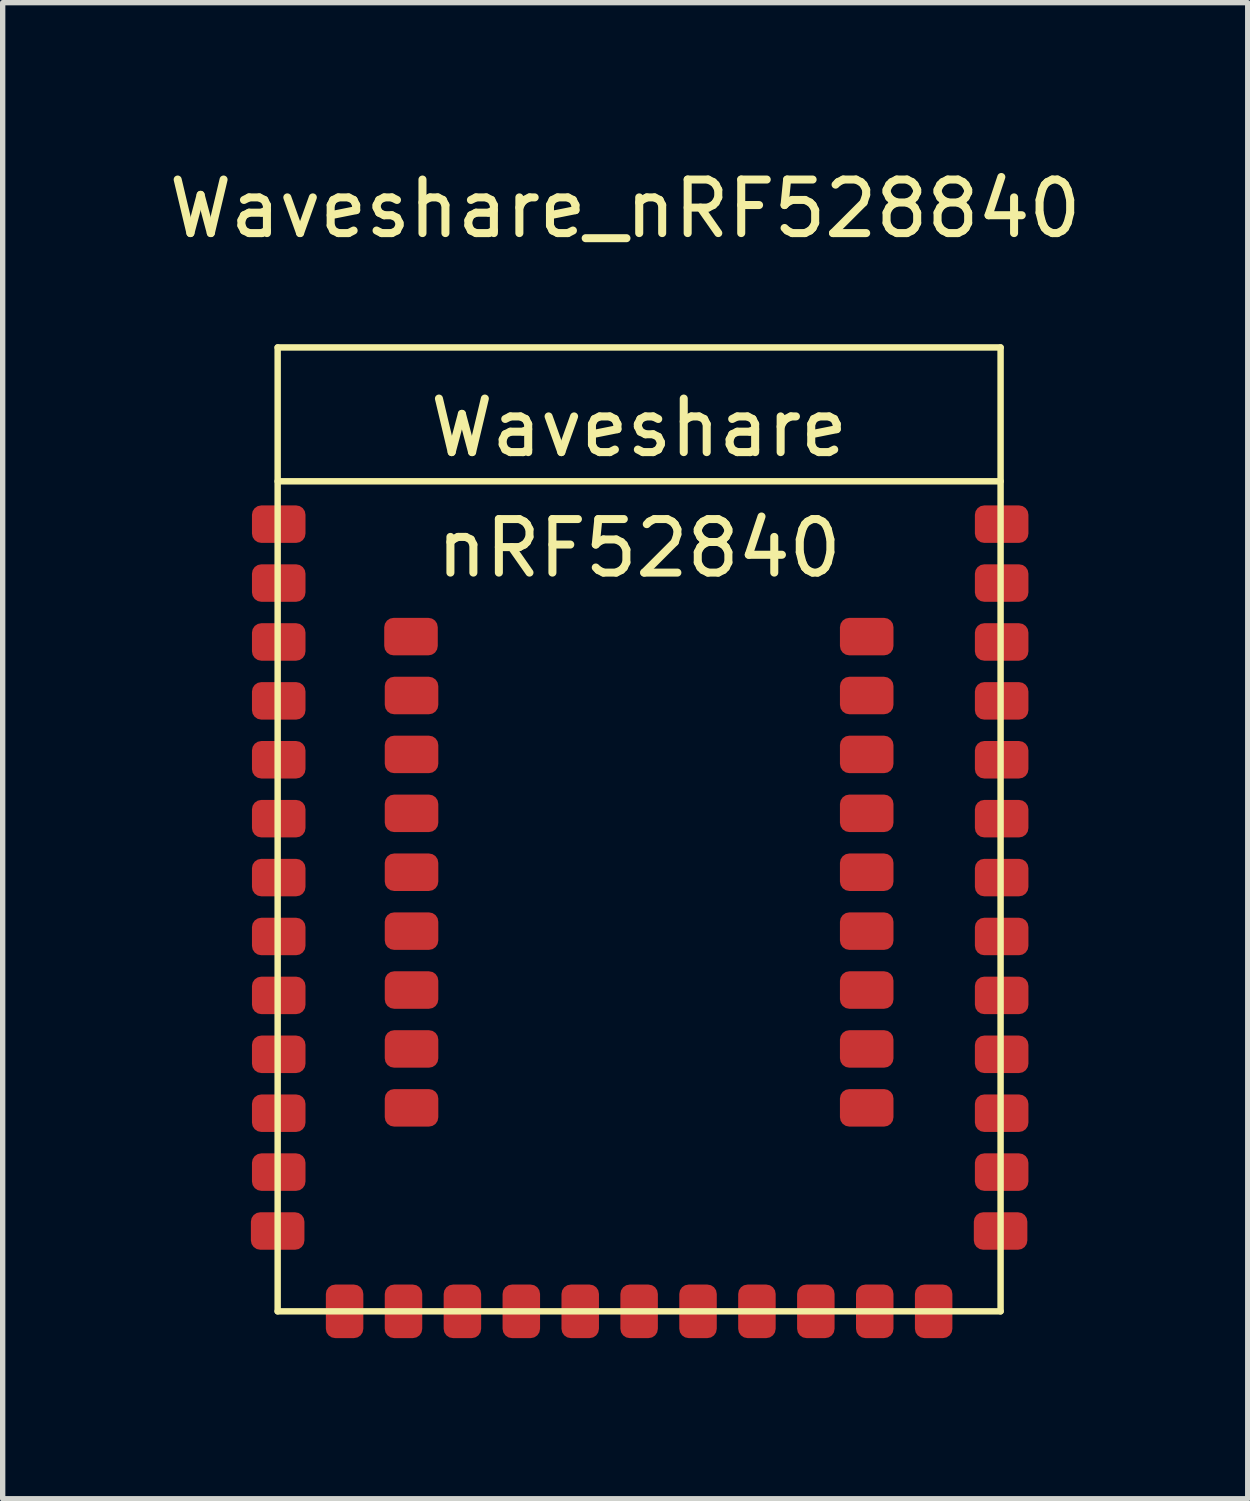
<source format=kicad_pcb>
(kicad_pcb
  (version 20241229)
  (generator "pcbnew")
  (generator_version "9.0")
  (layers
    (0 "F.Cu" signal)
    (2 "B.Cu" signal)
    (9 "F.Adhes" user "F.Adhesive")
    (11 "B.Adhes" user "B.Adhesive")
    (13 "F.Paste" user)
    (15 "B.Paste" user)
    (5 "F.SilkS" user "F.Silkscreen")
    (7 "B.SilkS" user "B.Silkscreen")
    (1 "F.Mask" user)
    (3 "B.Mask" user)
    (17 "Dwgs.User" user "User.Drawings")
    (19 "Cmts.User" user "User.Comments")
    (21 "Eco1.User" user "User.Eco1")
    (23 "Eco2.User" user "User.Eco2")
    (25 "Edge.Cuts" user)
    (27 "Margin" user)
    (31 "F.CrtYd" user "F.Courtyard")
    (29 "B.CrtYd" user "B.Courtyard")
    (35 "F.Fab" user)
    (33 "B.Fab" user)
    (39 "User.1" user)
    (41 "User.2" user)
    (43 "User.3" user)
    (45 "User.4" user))
  (footprint "Waveshare_nRF528840"
    (layer "F.Cu")
    (at 8.635 3.188)
    (property "Reference" "Waveshare_nRF528840" (at -0.01 -2.34 0) (unlocked yes) (layer "F.SilkS") (effects (font (size 1 1) (thickness 0.15))))
    (attr through_hole)
    (fp_line (start -6.5 0.25) (end -6.5 18.25) (stroke (width 0.12) (type solid)) (layer "F.SilkS"))
    (fp_line (start -6.5 18.25) (end 7 18.25) (stroke (width 0.12) (type solid)) (layer "F.SilkS"))
    (fp_line (start 7 0.25) (end -6.5 0.25) (stroke (width 0.12) (type solid)) (layer "F.SilkS"))
    (fp_line (start 7 2.75) (end -6.5 2.75) (stroke (width 0.12) (type solid)) (layer "F.SilkS"))
    (fp_line (start 7 18.25) (end 7 0.25) (stroke (width 0.12) (type solid)) (layer "F.SilkS"))
    (fp_text user "Waveshare" (at 0.25 1.75 0) (unlocked yes) (layer "F.SilkS") (effects (font (size 1 1) (thickness 0.15))))
    (fp_text user "nRF52840" (at 0.25 4 0) (unlocked yes) (layer "F.SilkS") (effects (font (size 1 1) (thickness 0.15))))
    (pad "A8" smd roundrect (at -6.48 14.55) (size 1 0.7) (layers "F.Cu" "F.Mask" "F.Paste") (roundrect_rratio 0.25))
    (pad "A10" smd roundrect (at -6.48 12.35) (size 1 0.7) (layers "F.Cu" "F.Mask" "F.Paste") (roundrect_rratio 0.25))
    (pad "A12" smd roundrect (at -6.48 10.15) (size 1 0.7) (layers "F.Cu" "F.Mask" "F.Paste") (roundrect_rratio 0.25))
    (pad "A14" smd roundrect (at -6.48 7.95) (size 1 0.7) (layers "F.Cu" "F.Mask" "F.Paste") (roundrect_rratio 0.25))
    (pad "A16" smd roundrect (at -6.48 6.85) (size 1 0.7) (layers "F.Cu" "F.Mask" "F.Paste") (roundrect_rratio 0.25))
    (pad "A20" smd roundrect (at -6.48 5.75) (size 1 0.7) (layers "F.Cu" "F.Mask" "F.Paste") (roundrect_rratio 0.25))
    (pad "AA24" smd roundrect (at 7.02 10.15) (size 1 0.7) (layers "F.Cu" "F.Mask" "F.Paste") (roundrect_rratio 0.25))
    (pad "AC9" smd roundrect (at 4.5 12.25) (size 1 0.7) (layers "F.Cu" "F.Mask" "F.Paste") (roundrect_rratio 0.25))
    (pad "AC11" smd roundrect (at 4.5 14.45) (size 1 0.7) (layers "F.Cu" "F.Mask" "F.Paste") (roundrect_rratio 0.25))
    (pad "AC13" smd roundrect (at 2.45 18.25 270) (size 1 0.7) (layers "F.Cu" "F.Mask" "F.Paste") (roundrect_rratio 0.25))
    (pad "AC15" smd roundrect (at 1.35 18.25 270) (size 1 0.7) (layers "F.Cu" "F.Mask" "F.Paste") (roundrect_rratio 0.25))
    (pad "AC17" smd roundrect (at 0.25 18.25 270) (size 1 0.7) (layers "F.Cu" "F.Mask" "F.Paste") (roundrect_rratio 0.25))
    (pad "AC19" smd roundrect (at -0.85 18.25 270) (size 1 0.7) (layers "F.Cu" "F.Mask" "F.Paste") (roundrect_rratio 0.25))
    (pad "AC21" smd roundrect (at -4 7.85) (size 1 0.7) (layers "F.Cu" "F.Mask" "F.Paste") (roundrect_rratio 0.25))
    (pad "AC24" smd roundrect (at 7.02 9.05) (size 1 0.7) (layers "F.Cu" "F.Mask" "F.Paste") (roundrect_rratio 0.25))
    (pad "AD2" smd roundrect (at 3.55 18.25 270) (size 1 0.7) (layers "F.Cu" "F.Mask" "F.Paste") (roundrect_rratio 0.25))
    (pad "AD4" smd roundrect (at 4.65 18.25 270) (size 1 0.7) (layers "F.Cu" "F.Mask" "F.Paste") (roundrect_rratio 0.25))
    (pad "AD6" smd roundrect (at 5.75 18.25 270) (size 1 0.7) (layers "F.Cu" "F.Mask" "F.Paste") (roundrect_rratio 0.25))
    (pad "AD8" smd roundrect (at 4.5 13.35) (size 1 0.7) (layers "F.Cu" "F.Mask" "F.Paste") (roundrect_rratio 0.25))
    (pad "AD10" smd roundrect (at 4.5 11.15) (size 1 0.7) (layers "F.Cu" "F.Mask" "F.Paste") (roundrect_rratio 0.25))
    (pad "AD12" smd roundrect (at 4.5 10.05) (size 1 0.7) (layers "F.Cu" "F.Mask" "F.Paste") (roundrect_rratio 0.25))
    (pad "AD16" smd roundrect (at 4.5 8.95) (size 1 0.7) (layers "F.Cu" "F.Mask" "F.Paste") (roundrect_rratio 0.25))
    (pad "AD18" smd roundrect (at 7.02 15.65) (size 1 0.7) (layers "F.Cu" "F.Mask" "F.Paste") (roundrect_rratio 0.25))
    (pad "AD20" smd roundrect (at 4.5 7.85) (size 1 0.7) (layers "F.Cu" "F.Mask" "F.Paste") (roundrect_rratio 0.25))
    (pad "AD22" smd roundrect (at 7.02 14.55) (size 1 0.7) (layers "F.Cu" "F.Mask" "F.Paste") (roundrect_rratio 0.25))
    (pad "B1" smd roundrect (at -5.25 18.25 270) (size 1 0.7) (layers "F.Cu" "F.Mask" "F.Paste") (roundrect_rratio 0.25))
    (pad "B7" smd roundrect (at -6.48 3.55) (size 1 0.7) (layers "F.Cu" "F.Mask" "F.Paste") (roundrect_rratio 0.25))
    (pad "B7" smd roundrect (at 7 16.75) (size 1 0.7) (layers "F.Cu" "F.Mask" "F.Paste") (roundrect_rratio 0.25))
    (pad "B7" smd roundrect (at 7.02 3.55) (size 1 0.7) (layers "F.Cu" "F.Mask" "F.Paste") (roundrect_rratio 0.25))
    (pad "B9" smd roundrect (at -6.48 13.45) (size 1 0.7) (layers "F.Cu" "F.Mask" "F.Paste") (roundrect_rratio 0.25))
    (pad "B11" smd roundrect (at -6.48 11.25) (size 1 0.7) (layers "F.Cu" "F.Mask" "F.Paste") (roundrect_rratio 0.25))
    (pad "B13" smd roundrect (at -6.48 9.05) (size 1 0.7) (layers "F.Cu" "F.Mask" "F.Paste") (roundrect_rratio 0.25))
    (pad "B15" smd roundrect (at -4.01 5.65) (size 1 0.7) (layers "F.Cu" "F.Mask" "F.Paste") (roundrect_rratio 0.25))
    (pad "B17" smd roundrect (at -4 6.75) (size 1 0.7) (layers "F.Cu" "F.Mask" "F.Paste") (roundrect_rratio 0.25))
    (pad "B19" smd roundrect (at -6.48 4.65) (size 1 0.7) (layers "F.Cu" "F.Mask" "F.Paste") (roundrect_rratio 0.25))
    (pad "G1" smd roundrect (at -4 14.45) (size 1 0.7) (layers "F.Cu" "F.Mask" "F.Paste") (roundrect_rratio 0.25))
    (pad "H2" smd roundrect (at -4 11.15) (size 1 0.7) (layers "F.Cu" "F.Mask" "F.Paste") (roundrect_rratio 0.25))
    (pad "J1" smd roundrect (at -6.48 15.65) (size 1 0.7) (layers "F.Cu" "F.Mask" "F.Paste") (roundrect_rratio 0.25))
    (pad "J24" smd roundrect (at 7.02 4.65) (size 1 0.7) (layers "F.Cu" "F.Mask" "F.Paste") (roundrect_rratio 0.25))
    (pad "K2" smd roundrect (at -6.5 16.75) (size 1 0.7) (layers "F.Cu" "F.Mask" "F.Paste") (roundrect_rratio 0.25))
    (pad "L1" smd roundrect (at -4 13.35) (size 1 0.7) (layers "F.Cu" "F.Mask" "F.Paste") (roundrect_rratio 0.25))
    (pad "L24" smd roundrect (at 7.02 5.75) (size 1 0.7) (layers "F.Cu" "F.Mask" "F.Paste") (roundrect_rratio 0.25))
    (pad "M2" smd roundrect (at -4.15 18.25 270) (size 1 0.7) (layers "F.Cu" "F.Mask" "F.Paste") (roundrect_rratio 0.25))
    (pad "N1" smd roundrect (at -4 12.25) (size 1 0.7) (layers "F.Cu" "F.Mask" "F.Paste") (roundrect_rratio 0.25))
    (pad "P2" smd roundrect (at -4 10.05) (size 1 0.7) (layers "F.Cu" "F.Mask" "F.Paste") (roundrect_rratio 0.25))
    (pad "P23" smd roundrect (at 4.5 5.65) (size 1 0.7) (layers "F.Cu" "F.Mask" "F.Paste") (roundrect_rratio 0.25))
    (pad "R1" smd roundrect (at -3.05 18.25 270) (size 1 0.7) (layers "F.Cu" "F.Mask" "F.Paste") (roundrect_rratio 0.25))
    (pad "R24" smd roundrect (at 7.02 6.85) (size 1 0.7) (layers "F.Cu" "F.Mask" "F.Paste") (roundrect_rratio 0.25))
    (pad "T2" smd roundrect (at -4 8.95) (size 1 0.7) (layers "F.Cu" "F.Mask" "F.Paste") (roundrect_rratio 0.25))
    (pad "T23" smd roundrect (at 4.5 6.75) (size 1 0.7) (layers "F.Cu" "F.Mask" "F.Paste") (roundrect_rratio 0.25))
    (pad "U1" smd roundrect (at -1.95 18.25 270) (size 1 0.7) (layers "F.Cu" "F.Mask" "F.Paste") (roundrect_rratio 0.25))
    (pad "U24" smd roundrect (at 7.02 7.95) (size 1 0.7) (layers "F.Cu" "F.Mask" "F.Paste") (roundrect_rratio 0.25))
    (pad "V23" smd roundrect (at 7.02 13.45) (size 1 0.7) (layers "F.Cu" "F.Mask" "F.Paste") (roundrect_rratio 0.25))
    (pad "W24" smd roundrect (at 7.02 11.25) (size 1 0.7) (layers "F.Cu" "F.Mask" "F.Paste") (roundrect_rratio 0.25))
    (pad "Y23" smd roundrect (at 7.02 12.35) (size 1 0.7) (layers "F.Cu" "F.Mask" "F.Paste") (roundrect_rratio 0.25)))
  (gr_rect
    (start -3 -3)
    (end 20.25 24.938)
    (stroke (width 0.1) (type default))
    (fill no)
    (layer "Edge.Cuts")))
</source>
